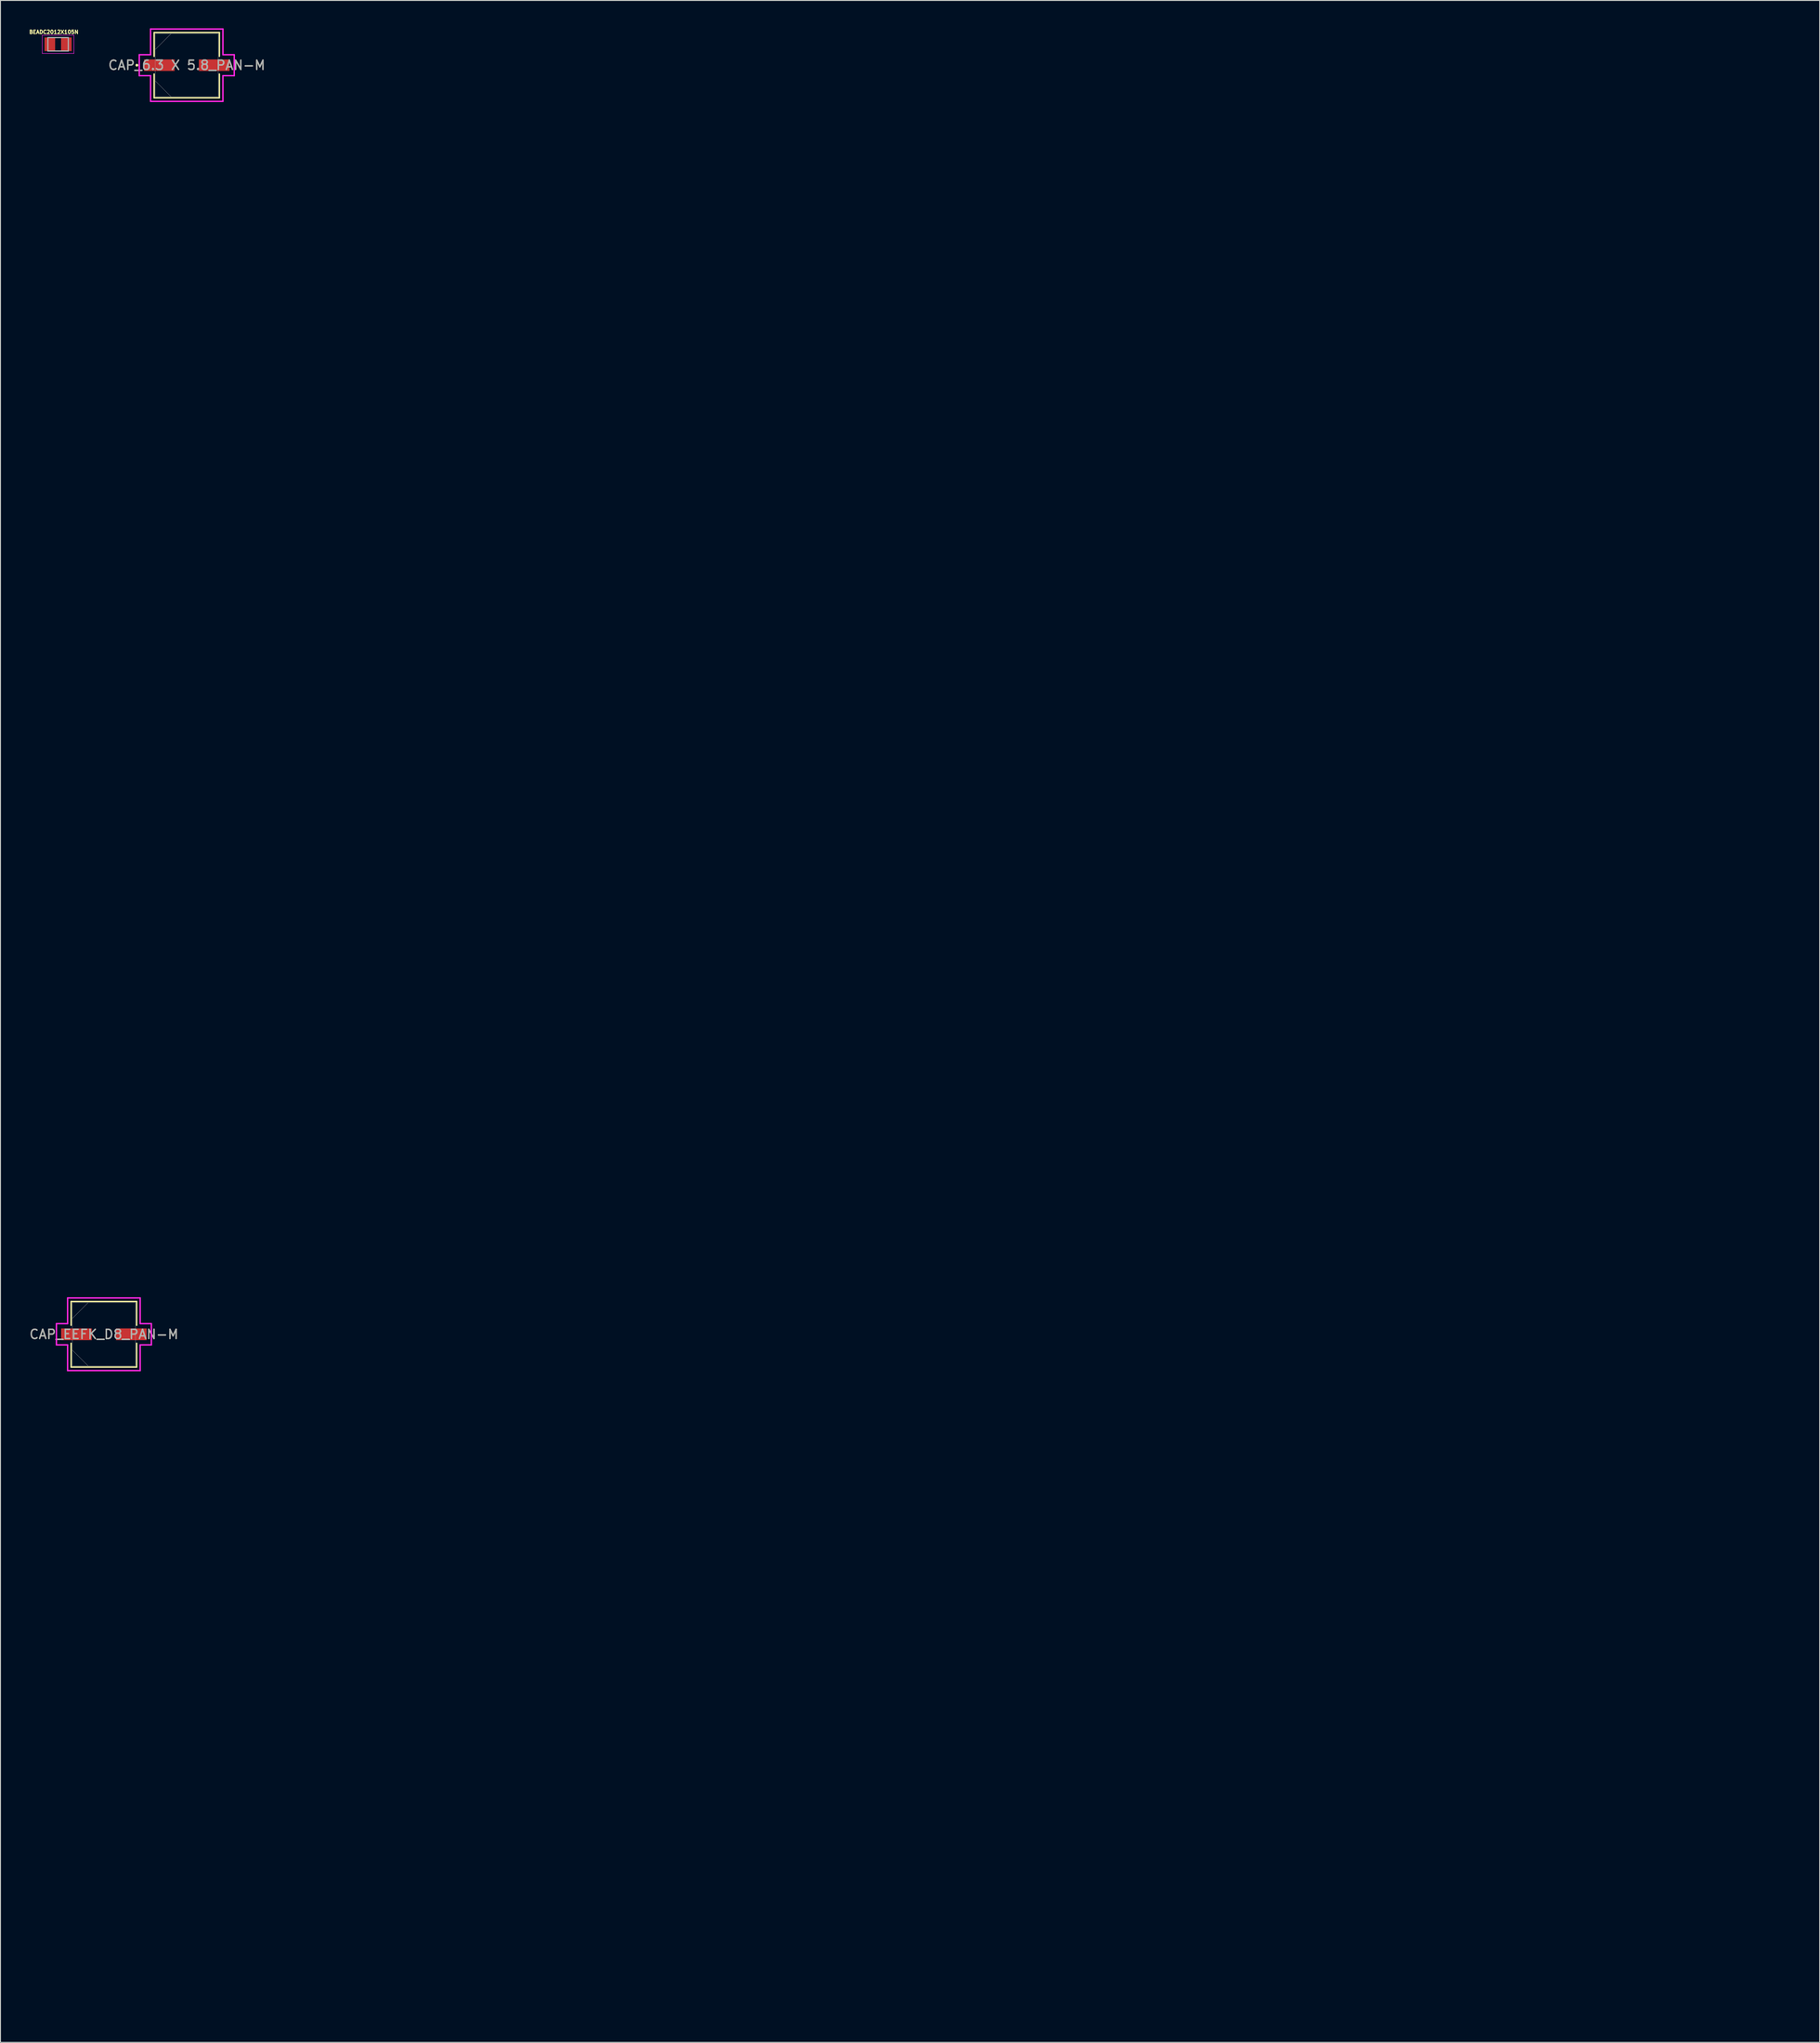
<source format=kicad_pcb>
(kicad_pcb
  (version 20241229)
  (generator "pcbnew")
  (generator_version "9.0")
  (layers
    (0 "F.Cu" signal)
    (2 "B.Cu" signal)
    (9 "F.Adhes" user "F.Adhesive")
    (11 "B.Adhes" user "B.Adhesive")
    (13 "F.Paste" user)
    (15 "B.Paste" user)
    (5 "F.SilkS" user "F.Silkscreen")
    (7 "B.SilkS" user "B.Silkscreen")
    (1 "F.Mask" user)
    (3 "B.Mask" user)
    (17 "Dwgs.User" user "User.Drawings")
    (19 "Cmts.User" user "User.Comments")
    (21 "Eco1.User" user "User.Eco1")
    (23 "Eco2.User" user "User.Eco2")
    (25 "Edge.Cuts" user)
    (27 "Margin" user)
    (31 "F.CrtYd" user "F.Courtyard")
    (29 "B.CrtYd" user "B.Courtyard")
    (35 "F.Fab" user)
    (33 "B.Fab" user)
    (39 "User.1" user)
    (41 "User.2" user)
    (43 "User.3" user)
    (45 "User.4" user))
  (footprint "CAP_EEFK_D8_PAN-M"
    (layer "F.Cu")
    (at 8.149 140.726)
    (property "Reference" "CAP_EEFK_D8_PAN-M" (at 0 0 0) (unlocked yes) (layer "F.SilkS") (effects (font (size 1 1) (thickness 0.15))))
    (attr smd)
    (fp_line (start -3.531 -3.531) (end -3.531 -0.968) (stroke (width 0.152) (type solid)) (layer "F.SilkS"))
    (fp_line (start -3.531 0.968) (end -3.531 3.531) (stroke (width 0.152) (type solid)) (layer "F.SilkS"))
    (fp_line (start -3.531 3.531) (end 3.531 3.531) (stroke (width 0.152) (type solid)) (layer "F.SilkS"))
    (fp_line (start 3.531 -3.531) (end -3.531 -3.531) (stroke (width 0.152) (type solid)) (layer "F.SilkS"))
    (fp_line (start 3.531 -0.968) (end 3.531 -3.531) (stroke (width 0.152) (type solid)) (layer "F.SilkS"))
    (fp_line (start 3.531 3.531) (end 3.531 0.968) (stroke (width 0.152) (type solid)) (layer "F.SilkS"))
    (fp_line (start -5.118 -1.143) (end -3.912 -1.143) (stroke (width 0.152) (type solid)) (layer "F.CrtYd"))
    (fp_line (start -5.118 1.143) (end -5.118 -1.143) (stroke (width 0.152) (type solid)) (layer "F.CrtYd"))
    (fp_line (start -3.912 -3.912) (end 3.912 -3.912) (stroke (width 0.152) (type solid)) (layer "F.CrtYd"))
    (fp_line (start -3.912 -1.143) (end -3.912 -3.912) (stroke (width 0.152) (type solid)) (layer "F.CrtYd"))
    (fp_line (start -3.912 1.143) (end -5.118 1.143) (stroke (width 0.152) (type solid)) (layer "F.CrtYd"))
    (fp_line (start -3.912 3.912) (end -3.912 1.143) (stroke (width 0.152) (type solid)) (layer "F.CrtYd"))
    (fp_line (start 3.912 -3.912) (end 3.912 -1.143) (stroke (width 0.152) (type solid)) (layer "F.CrtYd"))
    (fp_line (start 3.912 -1.143) (end 5.118 -1.143) (stroke (width 0.152) (type solid)) (layer "F.CrtYd"))
    (fp_line (start 3.912 1.143) (end 3.912 3.912) (stroke (width 0.152) (type solid)) (layer "F.CrtYd"))
    (fp_line (start 3.912 3.912) (end -3.912 3.912) (stroke (width 0.152) (type solid)) (layer "F.CrtYd"))
    (fp_line (start 5.118 -1.143) (end 5.118 1.143) (stroke (width 0.152) (type solid)) (layer "F.CrtYd"))
    (fp_line (start 5.118 1.143) (end 3.912 1.143) (stroke (width 0.152) (type solid)) (layer "F.CrtYd"))
    (fp_line (start -3.404 -3.404) (end -3.404 3.404) (stroke (width 0.025) (type solid)) (layer "F.Fab"))
    (fp_line (start -3.404 -1.702) (end -1.702 -3.404) (stroke (width 0.025) (type solid)) (layer "F.Fab"))
    (fp_line (start -3.404 1.702) (end -1.702 3.404) (stroke (width 0.025) (type solid)) (layer "F.Fab"))
    (fp_line (start -3.404 3.404) (end 3.404 3.404) (stroke (width 0.025) (type solid)) (layer "F.Fab"))
    (fp_line (start 3.404 -3.404) (end -3.404 -3.404) (stroke (width 0.025) (type solid)) (layer "F.Fab"))
    (fp_line (start 3.404 3.404) (end 3.404 -3.404) (stroke (width 0.025) (type solid)) (layer "F.Fab"))
    (fp_text user "${REFERENCE}" (at 0 0 0) (unlocked yes) (layer "F.Fab") (effects (font (size 1 1) (thickness 0.15))))
    (pad "1" smd rect (at -2.959 0) (size 3.302 1.27) (layers "F.Cu" "F.Mask" "F.Paste"))
    (pad "2" smd rect (at 2.959 0) (size 3.302 1.27) (layers "F.Cu" "F.Mask" "F.Paste"))
    (zone (net_name "") (layer "F.Cu") (hatch full 0.508) (connect_pads) (min_thickness 0.254) (filled_areas_thickness no) (keepout (tracks not_allowed) (vias not_allowed) (pads allowed) (copperpour not_allowed) (footprints allowed)) (placement (enabled no)) (fill) (polygon (pts (xy 183.397 207.321) (xy 190.102 207.321) (xy 190.102 209.988) (xy 183.397 209.988))))
    (zone (net_name "") (layer "F.Cu") (hatch full 0.508) (connect_pads) (min_thickness 0.254) (filled_areas_thickness no) (keepout (tracks not_allowed) (vias not_allowed) (pads allowed) (copperpour not_allowed) (footprints allowed)) (placement (enabled no)) (fill) (polygon (pts (xy 183.397 211.36) (xy 190.102 211.36) (xy 190.102 214.027) (xy 183.397 214.027))))
    (zone (net_name "") (layer "F.Cu") (hatch full 0.508) (connect_pads) (min_thickness 0.254) (filled_areas_thickness no) (keepout (tracks not_allowed) (vias not_allowed) (pads allowed) (copperpour not_allowed) (footprints allowed)) (placement (enabled no)) (fill) (polygon (pts (xy 185.492 209.988) (xy 188.007 209.988) (xy 188.007 211.36) (xy 185.492 211.36)))))
  (footprint "CAP_6.3 X 5.8_PAN-M"
    (layer "F.Cu")
    (at 17.081 3.975)
    (property "Reference" "CAP_6.3 X 5.8_PAN-M" (at 0 0 0) (unlocked yes) (layer "F.SilkS") (effects (font (size 1 1) (thickness 0.15))))
    (attr smd)
    (fp_line (start -3.518 -3.518) (end -3.518 -0.955) (stroke (width 0.152) (type solid)) (layer "F.SilkS"))
    (fp_line (start -3.518 0.955) (end -3.518 3.518) (stroke (width 0.152) (type solid)) (layer "F.SilkS"))
    (fp_line (start -3.518 3.518) (end 3.518 3.518) (stroke (width 0.152) (type solid)) (layer "F.SilkS"))
    (fp_line (start 3.518 -3.518) (end -3.518 -3.518) (stroke (width 0.152) (type solid)) (layer "F.SilkS"))
    (fp_line (start 3.518 -0.955) (end 3.518 -3.518) (stroke (width 0.152) (type solid)) (layer "F.SilkS"))
    (fp_line (start 3.518 3.518) (end 3.518 0.955) (stroke (width 0.152) (type solid)) (layer "F.SilkS"))
    (fp_circle (center -5.372 0) (end -5.296 0) (stroke (width 0.152) (type solid)) (fill no) (layer "F.SilkS"))
    (fp_line (start -5.118 -1.13) (end -3.899 -1.13) (stroke (width 0.152) (type solid)) (layer "F.CrtYd"))
    (fp_line (start -5.118 1.13) (end -5.118 -1.13) (stroke (width 0.152) (type solid)) (layer "F.CrtYd"))
    (fp_line (start -3.899 -3.899) (end 3.899 -3.899) (stroke (width 0.152) (type solid)) (layer "F.CrtYd"))
    (fp_line (start -3.899 -1.13) (end -3.899 -3.899) (stroke (width 0.152) (type solid)) (layer "F.CrtYd"))
    (fp_line (start -3.899 1.13) (end -5.118 1.13) (stroke (width 0.152) (type solid)) (layer "F.CrtYd"))
    (fp_line (start -3.899 3.899) (end -3.899 1.13) (stroke (width 0.152) (type solid)) (layer "F.CrtYd"))
    (fp_line (start 3.899 -3.899) (end 3.899 -1.13) (stroke (width 0.152) (type solid)) (layer "F.CrtYd"))
    (fp_line (start 3.899 -1.13) (end 5.118 -1.13) (stroke (width 0.152) (type solid)) (layer "F.CrtYd"))
    (fp_line (start 3.899 1.13) (end 3.899 3.899) (stroke (width 0.152) (type solid)) (layer "F.CrtYd"))
    (fp_line (start 3.899 3.899) (end -3.899 3.899) (stroke (width 0.152) (type solid)) (layer "F.CrtYd"))
    (fp_line (start 5.118 -1.13) (end 5.118 1.13) (stroke (width 0.152) (type solid)) (layer "F.CrtYd"))
    (fp_line (start 5.118 1.13) (end 3.899 1.13) (stroke (width 0.152) (type solid)) (layer "F.CrtYd"))
    (fp_line (start -3.391 -3.391) (end -3.391 3.391) (stroke (width 0.025) (type solid)) (layer "F.Fab"))
    (fp_line (start -3.391 -1.695) (end -1.695 -3.391) (stroke (width 0.025) (type solid)) (layer "F.Fab"))
    (fp_line (start -3.391 1.695) (end -1.695 3.391) (stroke (width 0.025) (type solid)) (layer "F.Fab"))
    (fp_line (start -3.391 3.391) (end 3.391 3.391) (stroke (width 0.025) (type solid)) (layer "F.Fab"))
    (fp_line (start 3.391 -3.391) (end -3.391 -3.391) (stroke (width 0.025) (type solid)) (layer "F.Fab"))
    (fp_line (start 3.391 3.391) (end 3.391 -3.391) (stroke (width 0.025) (type solid)) (layer "F.Fab"))
    (fp_circle (center -2.883 0) (end -2.807 0) (stroke (width 0.025) (type solid)) (fill no) (layer "F.Fab"))
    (fp_text user "${REFERENCE}" (at 0 0 0) (unlocked yes) (layer "F.Fab") (effects (font (size 1 1) (thickness 0.15))))
    (pad "1" smd rect (at -2.959 0) (size 3.302 1.245) (layers "F.Cu" "F.Mask" "F.Paste"))
    (pad "2" smd rect (at 2.959 0) (size 3.302 1.245) (layers "F.Cu" "F.Mask" "F.Paste"))
    (zone (net_name "") (layer "F.Cu") (hatch full 0.508) (connect_pads) (min_thickness 0.254) (filled_areas_thickness no) (keepout (tracks not_allowed) (vias not_allowed) (pads allowed) (copperpour not_allowed) (footprints allowed)) (placement (enabled no)) (fill) (polygon (pts (xy 106.683 127.058) (xy 113.363 127.058) (xy 113.363 129.725) (xy 106.683 129.725))))
    (zone (net_name "") (layer "F.Cu") (hatch full 0.508) (connect_pads) (min_thickness 0.254) (filled_areas_thickness no) (keepout (tracks not_allowed) (vias not_allowed) (pads allowed) (copperpour not_allowed) (footprints allowed)) (placement (enabled no)) (fill) (polygon (pts (xy 106.683 131.071) (xy 113.363 131.071) (xy 113.363 133.738) (xy 106.683 133.738))))
    (zone (net_name "") (layer "F.Cu") (hatch full 0.508) (connect_pads) (min_thickness 0.254) (filled_areas_thickness no) (keepout (tracks not_allowed) (vias not_allowed) (pads allowed) (copperpour not_allowed) (footprints allowed)) (placement (enabled no)) (fill) (polygon (pts (xy 108.766 129.725) (xy 111.281 129.725) (xy 111.281 131.071) (xy 108.766 131.071)))))
  (footprint "BEADC2012X105N"
    (layer "F.Cu")
    (at 3.212 1.723)
    (property "Reference" "BEADC2012X105N" (at -0.46 -1.32 0) (layer "F.SilkS") (effects (font (size 0.394 0.394) (thickness 0.15))))
    (attr smd)
    (fp_line (start -1.708 -0.983) (end 1.708 -0.983) (stroke (width 0.05) (type solid)) (layer "F.CrtYd"))
    (fp_line (start -1.708 0.983) (end -1.708 -0.983) (stroke (width 0.05) (type solid)) (layer "F.CrtYd"))
    (fp_line (start -1.708 0.983) (end 1.708 0.983) (stroke (width 0.05) (type solid)) (layer "F.CrtYd"))
    (fp_line (start 1.708 0.983) (end 1.708 -0.983) (stroke (width 0.05) (type solid)) (layer "F.CrtYd"))
    (fp_line (start -1.1 0.72) (end -1.1 -0.72) (stroke (width 0.127) (type solid)) (layer "F.Fab"))
    (fp_line (start 1.1 -0.72) (end -1.1 -0.72) (stroke (width 0.127) (type solid)) (layer "F.Fab"))
    (fp_line (start 1.1 0.72) (end -1.1 0.72) (stroke (width 0.127) (type solid)) (layer "F.Fab"))
    (fp_line (start 1.1 0.72) (end 1.1 -0.72) (stroke (width 0.127) (type solid)) (layer "F.Fab"))
    (pad "1" smd rect (at -0.89 0) (size 1.14 1.47) (layers "F.Cu" "F.Mask" "F.Paste"))
    (pad "2" smd rect (at 0.89 0) (size 1.14 1.47) (layers "F.Cu" "F.Mask" "F.Paste")))
  (gr_rect
    (start -3 -3)
    (end 193.102 217.027)
    (stroke (width 0.1) (type default))
    (fill no)
    (layer "Edge.Cuts")))
</source>
